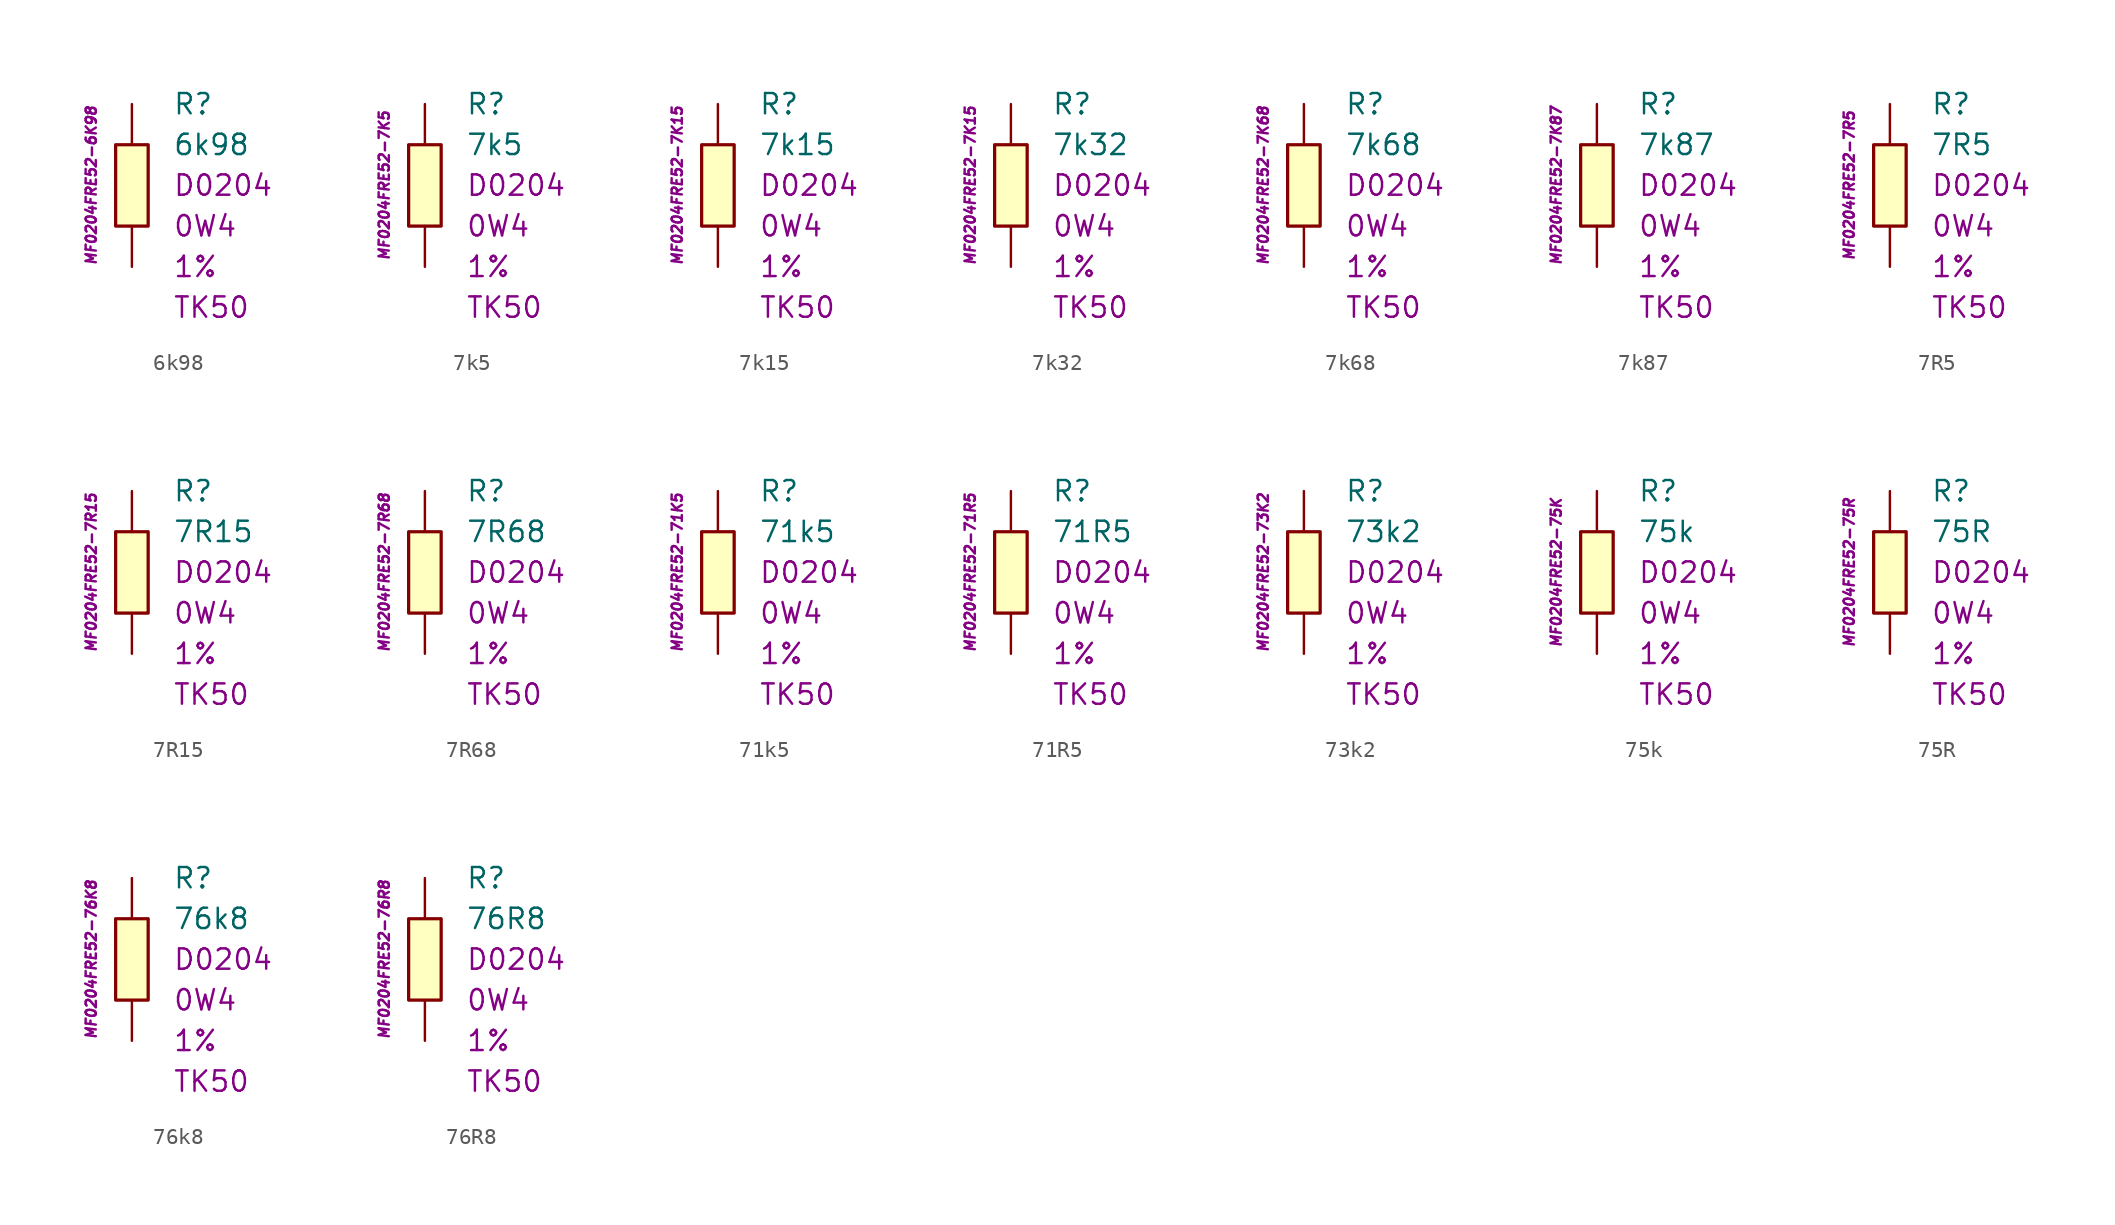
<source format=kicad_sym>
(kicad_symbol_lib
  (version 20201005)
  (generator kicad_symbol_editor)
  (symbol "6k98"
    (pin_numbers hide)
    (pin_names
      (offset 1.016) hide)
    (property "Reference" "R"
      (at 2.54 5.08 0)
      (effects (font (size 1.27 1.27)) (justify left)))
    (property "Value" "6k98"
      (at 2.54 2.54 0)
      (effects (font (size 1.27 1.27)) (justify left)))
    (property "Package" "D0204"
      (at 2.54 0 0)
      (effects (font (size 1.27 1.27)) (justify left)))
    (property "Power" "0W4"
      (at 2.54 -2.54 0)
      (effects (font (size 1.27 1.27)) (justify left)))
    (property "Tolerance" "1%"
      (at 2.54 -5.08 0)
      (effects (font (size 1.27 1.27)) (justify left)))
    (property "TK" "TK50"
      (at 2.54 -7.62 0)
      (effects (font (size 1.27 1.27)) (justify left)))
    (property "ID" "MF0204FRE52-6K98"
      (at -2.54 0 90)
      (effects (font (size 0.635 0.635) italic)))
    (symbol "6k98_0_1"
      (rectangle (start -1.016 2.54) (end 1.016 -2.54) (stroke (width 0.203)) (fill (type background))))
    (symbol "6k98_1_1"
      (pin passive line (at 0 5.08 270) (length 2.54) (name "~" (effects (font (size 1.778 1.778)))) (number "1" (effects (font (size 1.778 1.778)))))
      (pin passive line (at 0 -5.08 90) (length 2.54) (name "~" (effects (font (size 1.778 1.778)))) (number "2" (effects (font (size 1.778 1.778)))))))
  (symbol "7k5"
    (pin_numbers hide)
    (pin_names
      (offset 1.016) hide)
    (property "Reference" "R"
      (at 2.54 5.08 0)
      (effects (font (size 1.27 1.27)) (justify left)))
    (property "Value" "7k5"
      (at 2.54 2.54 0)
      (effects (font (size 1.27 1.27)) (justify left)))
    (property "Package" "D0204"
      (at 2.54 0 0)
      (effects (font (size 1.27 1.27)) (justify left)))
    (property "Power" "0W4"
      (at 2.54 -2.54 0)
      (effects (font (size 1.27 1.27)) (justify left)))
    (property "Tolerance" "1%"
      (at 2.54 -5.08 0)
      (effects (font (size 1.27 1.27)) (justify left)))
    (property "TK" "TK50"
      (at 2.54 -7.62 0)
      (effects (font (size 1.27 1.27)) (justify left)))
    (property "ID" "MF0204FRE52-7K5"
      (at -2.54 0 90)
      (effects (font (size 0.635 0.635) italic)))
    (symbol "7k5_0_1"
      (rectangle (start -1.016 2.54) (end 1.016 -2.54) (stroke (width 0.203)) (fill (type background))))
    (symbol "7k5_1_1"
      (pin passive line (at 0 5.08 270) (length 2.54) (name "~" (effects (font (size 1.778 1.778)))) (number "1" (effects (font (size 1.778 1.778)))))
      (pin passive line (at 0 -5.08 90) (length 2.54) (name "~" (effects (font (size 1.778 1.778)))) (number "2" (effects (font (size 1.778 1.778)))))))
  (symbol "7k15"
    (pin_numbers hide)
    (pin_names
      (offset 1.016) hide)
    (property "Reference" "R"
      (at 2.54 5.08 0)
      (effects (font (size 1.27 1.27)) (justify left)))
    (property "Value" "7k15"
      (at 2.54 2.54 0)
      (effects (font (size 1.27 1.27)) (justify left)))
    (property "Package" "D0204"
      (at 2.54 0 0)
      (effects (font (size 1.27 1.27)) (justify left)))
    (property "Power" "0W4"
      (at 2.54 -2.54 0)
      (effects (font (size 1.27 1.27)) (justify left)))
    (property "Tolerance" "1%"
      (at 2.54 -5.08 0)
      (effects (font (size 1.27 1.27)) (justify left)))
    (property "TK" "TK50"
      (at 2.54 -7.62 0)
      (effects (font (size 1.27 1.27)) (justify left)))
    (property "ID" "MF0204FRE52-7K15"
      (at -2.54 0 90)
      (effects (font (size 0.635 0.635) italic)))
    (symbol "7k15_0_1"
      (rectangle (start -1.016 2.54) (end 1.016 -2.54) (stroke (width 0.203)) (fill (type background))))
    (symbol "7k15_1_1"
      (pin passive line (at 0 5.08 270) (length 2.54) (name "~" (effects (font (size 1.778 1.778)))) (number "1" (effects (font (size 1.778 1.778)))))
      (pin passive line (at 0 -5.08 90) (length 2.54) (name "~" (effects (font (size 1.778 1.778)))) (number "2" (effects (font (size 1.778 1.778)))))))
  (symbol "7k32"
    (pin_numbers hide)
    (pin_names
      (offset 1.016) hide)
    (property "Reference" "R"
      (at 2.54 5.08 0)
      (effects (font (size 1.27 1.27)) (justify left)))
    (property "Value" "7k32"
      (at 2.54 2.54 0)
      (effects (font (size 1.27 1.27)) (justify left)))
    (property "Package" "D0204"
      (at 2.54 0 0)
      (effects (font (size 1.27 1.27)) (justify left)))
    (property "Power" "0W4"
      (at 2.54 -2.54 0)
      (effects (font (size 1.27 1.27)) (justify left)))
    (property "Tolerance" "1%"
      (at 2.54 -5.08 0)
      (effects (font (size 1.27 1.27)) (justify left)))
    (property "TK" "TK50"
      (at 2.54 -7.62 0)
      (effects (font (size 1.27 1.27)) (justify left)))
    (property "ID" "MF0204FRE52-7K15"
      (at -2.54 0 90)
      (effects (font (size 0.635 0.635) italic)))
    (symbol "7k32_0_1"
      (rectangle (start -1.016 2.54) (end 1.016 -2.54) (stroke (width 0.203)) (fill (type background))))
    (symbol "7k32_1_1"
      (pin passive line (at 0 5.08 270) (length 2.54) (name "~" (effects (font (size 1.778 1.778)))) (number "1" (effects (font (size 1.778 1.778)))))
      (pin passive line (at 0 -5.08 90) (length 2.54) (name "~" (effects (font (size 1.778 1.778)))) (number "2" (effects (font (size 1.778 1.778)))))))
  (symbol "7k68"
    (pin_numbers hide)
    (pin_names
      (offset 1.016) hide)
    (property "Reference" "R"
      (at 2.54 5.08 0)
      (effects (font (size 1.27 1.27)) (justify left)))
    (property "Value" "7k68"
      (at 2.54 2.54 0)
      (effects (font (size 1.27 1.27)) (justify left)))
    (property "Package" "D0204"
      (at 2.54 0 0)
      (effects (font (size 1.27 1.27)) (justify left)))
    (property "Power" "0W4"
      (at 2.54 -2.54 0)
      (effects (font (size 1.27 1.27)) (justify left)))
    (property "Tolerance" "1%"
      (at 2.54 -5.08 0)
      (effects (font (size 1.27 1.27)) (justify left)))
    (property "TK" "TK50"
      (at 2.54 -7.62 0)
      (effects (font (size 1.27 1.27)) (justify left)))
    (property "ID" "MF0204FRE52-7K68"
      (at -2.54 0 90)
      (effects (font (size 0.635 0.635) italic)))
    (symbol "7k68_0_1"
      (rectangle (start -1.016 2.54) (end 1.016 -2.54) (stroke (width 0.203)) (fill (type background))))
    (symbol "7k68_1_1"
      (pin passive line (at 0 5.08 270) (length 2.54) (name "~" (effects (font (size 1.778 1.778)))) (number "1" (effects (font (size 1.778 1.778)))))
      (pin passive line (at 0 -5.08 90) (length 2.54) (name "~" (effects (font (size 1.778 1.778)))) (number "2" (effects (font (size 1.778 1.778)))))))
  (symbol "7k87"
    (pin_numbers hide)
    (pin_names
      (offset 1.016) hide)
    (property "Reference" "R"
      (at 2.54 5.08 0)
      (effects (font (size 1.27 1.27)) (justify left)))
    (property "Value" "7k87"
      (at 2.54 2.54 0)
      (effects (font (size 1.27 1.27)) (justify left)))
    (property "Package" "D0204"
      (at 2.54 0 0)
      (effects (font (size 1.27 1.27)) (justify left)))
    (property "Power" "0W4"
      (at 2.54 -2.54 0)
      (effects (font (size 1.27 1.27)) (justify left)))
    (property "Tolerance" "1%"
      (at 2.54 -5.08 0)
      (effects (font (size 1.27 1.27)) (justify left)))
    (property "TK" "TK50"
      (at 2.54 -7.62 0)
      (effects (font (size 1.27 1.27)) (justify left)))
    (property "ID" "MF0204FRE52-7K87"
      (at -2.54 0 90)
      (effects (font (size 0.635 0.635) italic)))
    (symbol "7k87_0_1"
      (rectangle (start -1.016 2.54) (end 1.016 -2.54) (stroke (width 0.203)) (fill (type background))))
    (symbol "7k87_1_1"
      (pin passive line (at 0 5.08 270) (length 2.54) (name "~" (effects (font (size 1.778 1.778)))) (number "1" (effects (font (size 1.778 1.778)))))
      (pin passive line (at 0 -5.08 90) (length 2.54) (name "~" (effects (font (size 1.778 1.778)))) (number "2" (effects (font (size 1.778 1.778)))))))
  (symbol "7R5"
    (pin_numbers hide)
    (pin_names
      (offset 1.016) hide)
    (property "Reference" "R"
      (at 2.54 5.08 0)
      (effects (font (size 1.27 1.27)) (justify left)))
    (property "Value" "7R5"
      (at 2.54 2.54 0)
      (effects (font (size 1.27 1.27)) (justify left)))
    (property "Package" "D0204"
      (at 2.54 0 0)
      (effects (font (size 1.27 1.27)) (justify left)))
    (property "Power" "0W4"
      (at 2.54 -2.54 0)
      (effects (font (size 1.27 1.27)) (justify left)))
    (property "Tolerance" "1%"
      (at 2.54 -5.08 0)
      (effects (font (size 1.27 1.27)) (justify left)))
    (property "TK" "TK50"
      (at 2.54 -7.62 0)
      (effects (font (size 1.27 1.27)) (justify left)))
    (property "ID" "MF0204FRE52-7R5"
      (at -2.54 0 90)
      (effects (font (size 0.635 0.635) italic)))
    (symbol "7R5_0_1"
      (rectangle (start -1.016 2.54) (end 1.016 -2.54) (stroke (width 0.203)) (fill (type background))))
    (symbol "7R5_1_1"
      (pin passive line (at 0 5.08 270) (length 2.54) (name "~" (effects (font (size 1.778 1.778)))) (number "1" (effects (font (size 1.778 1.778)))))
      (pin passive line (at 0 -5.08 90) (length 2.54) (name "~" (effects (font (size 1.778 1.778)))) (number "2" (effects (font (size 1.778 1.778)))))))
  (symbol "7R15"
    (pin_numbers hide)
    (pin_names
      (offset 1.016) hide)
    (property "Reference" "R"
      (at 2.54 5.08 0)
      (effects (font (size 1.27 1.27)) (justify left)))
    (property "Value" "7R15"
      (at 2.54 2.54 0)
      (effects (font (size 1.27 1.27)) (justify left)))
    (property "Package" "D0204"
      (at 2.54 0 0)
      (effects (font (size 1.27 1.27)) (justify left)))
    (property "Power" "0W4"
      (at 2.54 -2.54 0)
      (effects (font (size 1.27 1.27)) (justify left)))
    (property "Tolerance" "1%"
      (at 2.54 -5.08 0)
      (effects (font (size 1.27 1.27)) (justify left)))
    (property "TK" "TK50"
      (at 2.54 -7.62 0)
      (effects (font (size 1.27 1.27)) (justify left)))
    (property "ID" "MF0204FRE52-7R15"
      (at -2.54 0 90)
      (effects (font (size 0.635 0.635) italic)))
    (symbol "7R15_0_1"
      (rectangle (start -1.016 2.54) (end 1.016 -2.54) (stroke (width 0.203)) (fill (type background))))
    (symbol "7R15_1_1"
      (pin passive line (at 0 5.08 270) (length 2.54) (name "~" (effects (font (size 1.778 1.778)))) (number "1" (effects (font (size 1.778 1.778)))))
      (pin passive line (at 0 -5.08 90) (length 2.54) (name "~" (effects (font (size 1.778 1.778)))) (number "2" (effects (font (size 1.778 1.778)))))))
  (symbol "7R68"
    (pin_numbers hide)
    (pin_names
      (offset 1.016) hide)
    (property "Reference" "R"
      (at 2.54 5.08 0)
      (effects (font (size 1.27 1.27)) (justify left)))
    (property "Value" "7R68"
      (at 2.54 2.54 0)
      (effects (font (size 1.27 1.27)) (justify left)))
    (property "Package" "D0204"
      (at 2.54 0 0)
      (effects (font (size 1.27 1.27)) (justify left)))
    (property "Power" "0W4"
      (at 2.54 -2.54 0)
      (effects (font (size 1.27 1.27)) (justify left)))
    (property "Tolerance" "1%"
      (at 2.54 -5.08 0)
      (effects (font (size 1.27 1.27)) (justify left)))
    (property "TK" "TK50"
      (at 2.54 -7.62 0)
      (effects (font (size 1.27 1.27)) (justify left)))
    (property "ID" "MF0204FRE52-7R68"
      (at -2.54 0 90)
      (effects (font (size 0.635 0.635) italic)))
    (symbol "7R68_0_1"
      (rectangle (start -1.016 2.54) (end 1.016 -2.54) (stroke (width 0.203)) (fill (type background))))
    (symbol "7R68_1_1"
      (pin passive line (at 0 5.08 270) (length 2.54) (name "~" (effects (font (size 1.778 1.778)))) (number "1" (effects (font (size 1.778 1.778)))))
      (pin passive line (at 0 -5.08 90) (length 2.54) (name "~" (effects (font (size 1.778 1.778)))) (number "2" (effects (font (size 1.778 1.778)))))))
  (symbol "71k5"
    (pin_numbers hide)
    (pin_names
      (offset 1.016) hide)
    (property "Reference" "R"
      (at 2.54 5.08 0)
      (effects (font (size 1.27 1.27)) (justify left)))
    (property "Value" "71k5"
      (at 2.54 2.54 0)
      (effects (font (size 1.27 1.27)) (justify left)))
    (property "Package" "D0204"
      (at 2.54 0 0)
      (effects (font (size 1.27 1.27)) (justify left)))
    (property "Power" "0W4"
      (at 2.54 -2.54 0)
      (effects (font (size 1.27 1.27)) (justify left)))
    (property "Tolerance" "1%"
      (at 2.54 -5.08 0)
      (effects (font (size 1.27 1.27)) (justify left)))
    (property "TK" "TK50"
      (at 2.54 -7.62 0)
      (effects (font (size 1.27 1.27)) (justify left)))
    (property "ID" "MF0204FRE52-71K5"
      (at -2.54 0 90)
      (effects (font (size 0.635 0.635) italic)))
    (symbol "71k5_0_1"
      (rectangle (start -1.016 2.54) (end 1.016 -2.54) (stroke (width 0.203)) (fill (type background))))
    (symbol "71k5_1_1"
      (pin passive line (at 0 5.08 270) (length 2.54) (name "~" (effects (font (size 1.778 1.778)))) (number "1" (effects (font (size 1.778 1.778)))))
      (pin passive line (at 0 -5.08 90) (length 2.54) (name "~" (effects (font (size 1.778 1.778)))) (number "2" (effects (font (size 1.778 1.778)))))))
  (symbol "71R5"
    (pin_numbers hide)
    (pin_names
      (offset 1.016) hide)
    (property "Reference" "R"
      (at 2.54 5.08 0)
      (effects (font (size 1.27 1.27)) (justify left)))
    (property "Value" "71R5"
      (at 2.54 2.54 0)
      (effects (font (size 1.27 1.27)) (justify left)))
    (property "Package" "D0204"
      (at 2.54 0 0)
      (effects (font (size 1.27 1.27)) (justify left)))
    (property "Power" "0W4"
      (at 2.54 -2.54 0)
      (effects (font (size 1.27 1.27)) (justify left)))
    (property "Tolerance" "1%"
      (at 2.54 -5.08 0)
      (effects (font (size 1.27 1.27)) (justify left)))
    (property "TK" "TK50"
      (at 2.54 -7.62 0)
      (effects (font (size 1.27 1.27)) (justify left)))
    (property "ID" "MF0204FRE52-71R5"
      (at -2.54 0 90)
      (effects (font (size 0.635 0.635) italic)))
    (symbol "71R5_0_1"
      (rectangle (start -1.016 2.54) (end 1.016 -2.54) (stroke (width 0.203)) (fill (type background))))
    (symbol "71R5_1_1"
      (pin passive line (at 0 5.08 270) (length 2.54) (name "~" (effects (font (size 1.778 1.778)))) (number "1" (effects (font (size 1.778 1.778)))))
      (pin passive line (at 0 -5.08 90) (length 2.54) (name "~" (effects (font (size 1.778 1.778)))) (number "2" (effects (font (size 1.778 1.778)))))))
  (symbol "73k2"
    (pin_numbers hide)
    (pin_names
      (offset 1.016) hide)
    (property "Reference" "R"
      (at 2.54 5.08 0)
      (effects (font (size 1.27 1.27)) (justify left)))
    (property "Value" "73k2"
      (at 2.54 2.54 0)
      (effects (font (size 1.27 1.27)) (justify left)))
    (property "Package" "D0204"
      (at 2.54 0 0)
      (effects (font (size 1.27 1.27)) (justify left)))
    (property "Power" "0W4"
      (at 2.54 -2.54 0)
      (effects (font (size 1.27 1.27)) (justify left)))
    (property "Tolerance" "1%"
      (at 2.54 -5.08 0)
      (effects (font (size 1.27 1.27)) (justify left)))
    (property "TK" "TK50"
      (at 2.54 -7.62 0)
      (effects (font (size 1.27 1.27)) (justify left)))
    (property "ID" "MF0204FRE52-73K2"
      (at -2.54 0 90)
      (effects (font (size 0.635 0.635) italic)))
    (symbol "73k2_0_1"
      (rectangle (start -1.016 2.54) (end 1.016 -2.54) (stroke (width 0.203)) (fill (type background))))
    (symbol "73k2_1_1"
      (pin passive line (at 0 5.08 270) (length 2.54) (name "~" (effects (font (size 1.778 1.778)))) (number "1" (effects (font (size 1.778 1.778)))))
      (pin passive line (at 0 -5.08 90) (length 2.54) (name "~" (effects (font (size 1.778 1.778)))) (number "2" (effects (font (size 1.778 1.778)))))))
  (symbol "75k"
    (pin_numbers hide)
    (pin_names
      (offset 1.016) hide)
    (property "Reference" "R"
      (at 2.54 5.08 0)
      (effects (font (size 1.27 1.27)) (justify left)))
    (property "Value" "75k"
      (at 2.54 2.54 0)
      (effects (font (size 1.27 1.27)) (justify left)))
    (property "Package" "D0204"
      (at 2.54 0 0)
      (effects (font (size 1.27 1.27)) (justify left)))
    (property "Power" "0W4"
      (at 2.54 -2.54 0)
      (effects (font (size 1.27 1.27)) (justify left)))
    (property "Tolerance" "1%"
      (at 2.54 -5.08 0)
      (effects (font (size 1.27 1.27)) (justify left)))
    (property "TK" "TK50"
      (at 2.54 -7.62 0)
      (effects (font (size 1.27 1.27)) (justify left)))
    (property "ID" "MF0204FRE52-75K"
      (at -2.54 0 90)
      (effects (font (size 0.635 0.635) italic)))
    (symbol "75k_0_1"
      (rectangle (start -1.016 2.54) (end 1.016 -2.54) (stroke (width 0.203)) (fill (type background))))
    (symbol "75k_1_1"
      (pin passive line (at 0 5.08 270) (length 2.54) (name "~" (effects (font (size 1.778 1.778)))) (number "1" (effects (font (size 1.778 1.778)))))
      (pin passive line (at 0 -5.08 90) (length 2.54) (name "~" (effects (font (size 1.778 1.778)))) (number "2" (effects (font (size 1.778 1.778)))))))
  (symbol "75R"
    (pin_numbers hide)
    (pin_names
      (offset 1.016) hide)
    (property "Reference" "R"
      (at 2.54 5.08 0)
      (effects (font (size 1.27 1.27)) (justify left)))
    (property "Value" "75R"
      (at 2.54 2.54 0)
      (effects (font (size 1.27 1.27)) (justify left)))
    (property "Package" "D0204"
      (at 2.54 0 0)
      (effects (font (size 1.27 1.27)) (justify left)))
    (property "Power" "0W4"
      (at 2.54 -2.54 0)
      (effects (font (size 1.27 1.27)) (justify left)))
    (property "Tolerance" "1%"
      (at 2.54 -5.08 0)
      (effects (font (size 1.27 1.27)) (justify left)))
    (property "TK" "TK50"
      (at 2.54 -7.62 0)
      (effects (font (size 1.27 1.27)) (justify left)))
    (property "ID" "MF0204FRE52-75R"
      (at -2.54 0 90)
      (effects (font (size 0.635 0.635) italic)))
    (symbol "75R_0_1"
      (rectangle (start -1.016 2.54) (end 1.016 -2.54) (stroke (width 0.203)) (fill (type background))))
    (symbol "75R_1_1"
      (pin passive line (at 0 5.08 270) (length 2.54) (name "~" (effects (font (size 1.778 1.778)))) (number "1" (effects (font (size 1.778 1.778)))))
      (pin passive line (at 0 -5.08 90) (length 2.54) (name "~" (effects (font (size 1.778 1.778)))) (number "2" (effects (font (size 1.778 1.778)))))))
  (symbol "76k8"
    (pin_numbers hide)
    (pin_names
      (offset 1.016) hide)
    (property "Reference" "R"
      (at 2.54 5.08 0)
      (effects (font (size 1.27 1.27)) (justify left)))
    (property "Value" "76k8"
      (at 2.54 2.54 0)
      (effects (font (size 1.27 1.27)) (justify left)))
    (property "Package" "D0204"
      (at 2.54 0 0)
      (effects (font (size 1.27 1.27)) (justify left)))
    (property "Power" "0W4"
      (at 2.54 -2.54 0)
      (effects (font (size 1.27 1.27)) (justify left)))
    (property "Tolerance" "1%"
      (at 2.54 -5.08 0)
      (effects (font (size 1.27 1.27)) (justify left)))
    (property "TK" "TK50"
      (at 2.54 -7.62 0)
      (effects (font (size 1.27 1.27)) (justify left)))
    (property "ID" "MF0204FRE52-76K8"
      (at -2.54 0 90)
      (effects (font (size 0.635 0.635) italic)))
    (symbol "76k8_0_1"
      (rectangle (start -1.016 2.54) (end 1.016 -2.54) (stroke (width 0.203)) (fill (type background))))
    (symbol "76k8_1_1"
      (pin passive line (at 0 5.08 270) (length 2.54) (name "~" (effects (font (size 1.778 1.778)))) (number "1" (effects (font (size 1.778 1.778)))))
      (pin passive line (at 0 -5.08 90) (length 2.54) (name "~" (effects (font (size 1.778 1.778)))) (number "2" (effects (font (size 1.778 1.778)))))))
  (symbol "76R8"
    (pin_numbers hide)
    (pin_names
      (offset 1.016) hide)
    (property "Reference" "R"
      (at 2.54 5.08 0)
      (effects (font (size 1.27 1.27)) (justify left)))
    (property "Value" "76R8"
      (at 2.54 2.54 0)
      (effects (font (size 1.27 1.27)) (justify left)))
    (property "Package" "D0204"
      (at 2.54 0 0)
      (effects (font (size 1.27 1.27)) (justify left)))
    (property "Power" "0W4"
      (at 2.54 -2.54 0)
      (effects (font (size 1.27 1.27)) (justify left)))
    (property "Tolerance" "1%"
      (at 2.54 -5.08 0)
      (effects (font (size 1.27 1.27)) (justify left)))
    (property "TK" "TK50"
      (at 2.54 -7.62 0)
      (effects (font (size 1.27 1.27)) (justify left)))
    (property "ID" "MF0204FRE52-76R8"
      (at -2.54 0 90)
      (effects (font (size 0.635 0.635) italic)))
    (symbol "76R8_0_1"
      (rectangle (start -1.016 2.54) (end 1.016 -2.54) (stroke (width 0.203)) (fill (type background))))
    (symbol "76R8_1_1"
      (pin passive line (at 0 5.08 270) (length 2.54) (name "~" (effects (font (size 1.778 1.778)))) (number "1" (effects (font (size 1.778 1.778)))))
      (pin passive line (at 0 -5.08 90) (length 2.54) (name "~" (effects (font (size 1.778 1.778)))) (number "2" (effects (font (size 1.778 1.778))))))))
</source>
